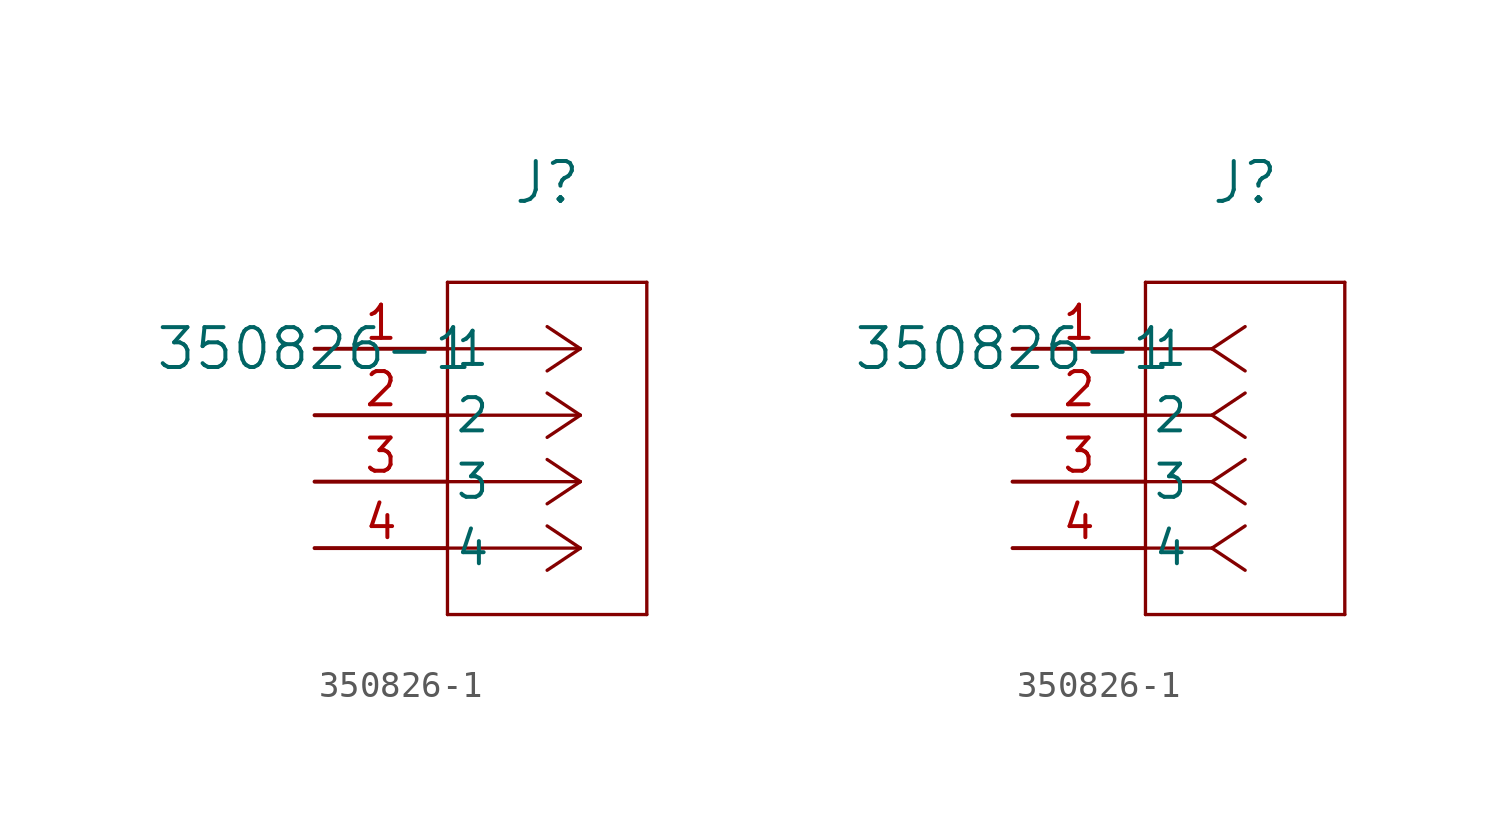
<source format=kicad_sym>
(kicad_symbol_lib
  (version 20211014)
  (generator kicad_symbol_editor)
  (symbol "350826-1"
    (pin_names
      (offset 0.254))
    (property "Reference" "J"
      (at 8.89 6.35 0)
      (effects (font (size 1.524 1.524))))
    (property "Value" "350826-1"
      (at 0 0 0)
      (effects (font (size 1.524 1.524))))
    (symbol "350826-1_1_1"
      (polyline (pts (xy 10.16 0) (xy 5.08 0)) (stroke (width 0.127) (type default) (color 0 0 0 0)) (fill (type none)))
      (polyline (pts (xy 10.16 -2.54) (xy 5.08 -2.54)) (stroke (width 0.127) (type default) (color 0 0 0 0)) (fill (type none)))
      (polyline (pts (xy 10.16 -5.08) (xy 5.08 -5.08)) (stroke (width 0.127) (type default) (color 0 0 0 0)) (fill (type none)))
      (polyline (pts (xy 10.16 -7.62) (xy 5.08 -7.62)) (stroke (width 0.127) (type default) (color 0 0 0 0)) (fill (type none)))
      (polyline (pts (xy 10.16 0) (xy 8.89 0.847)) (stroke (width 0.127) (type default) (color 0 0 0 0)) (fill (type none)))
      (polyline (pts (xy 10.16 -2.54) (xy 8.89 -1.693)) (stroke (width 0.127) (type default) (color 0 0 0 0)) (fill (type none)))
      (polyline (pts (xy 10.16 -5.08) (xy 8.89 -4.233)) (stroke (width 0.127) (type default) (color 0 0 0 0)) (fill (type none)))
      (polyline (pts (xy 10.16 -7.62) (xy 8.89 -6.773)) (stroke (width 0.127) (type default) (color 0 0 0 0)) (fill (type none)))
      (polyline (pts (xy 10.16 0) (xy 8.89 -0.847)) (stroke (width 0.127) (type default) (color 0 0 0 0)) (fill (type none)))
      (polyline (pts (xy 10.16 -2.54) (xy 8.89 -3.387)) (stroke (width 0.127) (type default) (color 0 0 0 0)) (fill (type none)))
      (polyline (pts (xy 10.16 -5.08) (xy 8.89 -5.927)) (stroke (width 0.127) (type default) (color 0 0 0 0)) (fill (type none)))
      (polyline (pts (xy 10.16 -7.62) (xy 8.89 -8.467)) (stroke (width 0.127) (type default) (color 0 0 0 0)) (fill (type none)))
      (polyline (pts (xy 5.08 2.54) (xy 5.08 -10.16)) (stroke (width 0.127) (type default) (color 0 0 0 0)) (fill (type none)))
      (polyline (pts (xy 5.08 -10.16) (xy 12.7 -10.16)) (stroke (width 0.127) (type default) (color 0 0 0 0)) (fill (type none)))
      (polyline (pts (xy 12.7 -10.16) (xy 12.7 2.54)) (stroke (width 0.127) (type default) (color 0 0 0 0)) (fill (type none)))
      (polyline (pts (xy 12.7 2.54) (xy 5.08 2.54)) (stroke (width 0.127) (type default) (color 0 0 0 0)) (fill (type none)))
      (pin unspecified line (at 0 0 0) (length 5.08) (name "1" (effects (font (size 1.27 1.27)))) (number "1" (effects (font (size 1.27 1.27)))))
      (pin unspecified line (at 0 -2.54 0) (length 5.08) (name "2" (effects (font (size 1.27 1.27)))) (number "2" (effects (font (size 1.27 1.27)))))
      (pin unspecified line (at 0 -5.08 0) (length 5.08) (name "3" (effects (font (size 1.27 1.27)))) (number "3" (effects (font (size 1.27 1.27)))))
      (pin unspecified line (at 0 -7.62 0) (length 5.08) (name "4" (effects (font (size 1.27 1.27)))) (number "4" (effects (font (size 1.27 1.27))))))
    (symbol "350826-1_1_2"
      (polyline (pts (xy 7.62 0) (xy 5.08 0)) (stroke (width 0.127) (type default) (color 0 0 0 0)) (fill (type none)))
      (polyline (pts (xy 7.62 -2.54) (xy 5.08 -2.54)) (stroke (width 0.127) (type default) (color 0 0 0 0)) (fill (type none)))
      (polyline (pts (xy 7.62 -5.08) (xy 5.08 -5.08)) (stroke (width 0.127) (type default) (color 0 0 0 0)) (fill (type none)))
      (polyline (pts (xy 7.62 -7.62) (xy 5.08 -7.62)) (stroke (width 0.127) (type default) (color 0 0 0 0)) (fill (type none)))
      (polyline (pts (xy 7.62 0) (xy 8.89 0.847)) (stroke (width 0.127) (type default) (color 0 0 0 0)) (fill (type none)))
      (polyline (pts (xy 7.62 -2.54) (xy 8.89 -1.693)) (stroke (width 0.127) (type default) (color 0 0 0 0)) (fill (type none)))
      (polyline (pts (xy 7.62 -5.08) (xy 8.89 -4.233)) (stroke (width 0.127) (type default) (color 0 0 0 0)) (fill (type none)))
      (polyline (pts (xy 7.62 -7.62) (xy 8.89 -6.773)) (stroke (width 0.127) (type default) (color 0 0 0 0)) (fill (type none)))
      (polyline (pts (xy 7.62 0) (xy 8.89 -0.847)) (stroke (width 0.127) (type default) (color 0 0 0 0)) (fill (type none)))
      (polyline (pts (xy 7.62 -2.54) (xy 8.89 -3.387)) (stroke (width 0.127) (type default) (color 0 0 0 0)) (fill (type none)))
      (polyline (pts (xy 7.62 -5.08) (xy 8.89 -5.927)) (stroke (width 0.127) (type default) (color 0 0 0 0)) (fill (type none)))
      (polyline (pts (xy 7.62 -7.62) (xy 8.89 -8.467)) (stroke (width 0.127) (type default) (color 0 0 0 0)) (fill (type none)))
      (polyline (pts (xy 5.08 2.54) (xy 5.08 -10.16)) (stroke (width 0.127) (type default) (color 0 0 0 0)) (fill (type none)))
      (polyline (pts (xy 5.08 -10.16) (xy 12.7 -10.16)) (stroke (width 0.127) (type default) (color 0 0 0 0)) (fill (type none)))
      (polyline (pts (xy 12.7 -10.16) (xy 12.7 2.54)) (stroke (width 0.127) (type default) (color 0 0 0 0)) (fill (type none)))
      (polyline (pts (xy 12.7 2.54) (xy 5.08 2.54)) (stroke (width 0.127) (type default) (color 0 0 0 0)) (fill (type none)))
      (pin unspecified line (at 0 0 0) (length 5.08) (name "1" (effects (font (size 1.27 1.27)))) (number "1" (effects (font (size 1.27 1.27)))))
      (pin unspecified line (at 0 -2.54 0) (length 5.08) (name "2" (effects (font (size 1.27 1.27)))) (number "2" (effects (font (size 1.27 1.27)))))
      (pin unspecified line (at 0 -5.08 0) (length 5.08) (name "3" (effects (font (size 1.27 1.27)))) (number "3" (effects (font (size 1.27 1.27)))))
      (pin unspecified line (at 0 -7.62 0) (length 5.08) (name "4" (effects (font (size 1.27 1.27)))) (number "4" (effects (font (size 1.27 1.27))))))))
</source>
